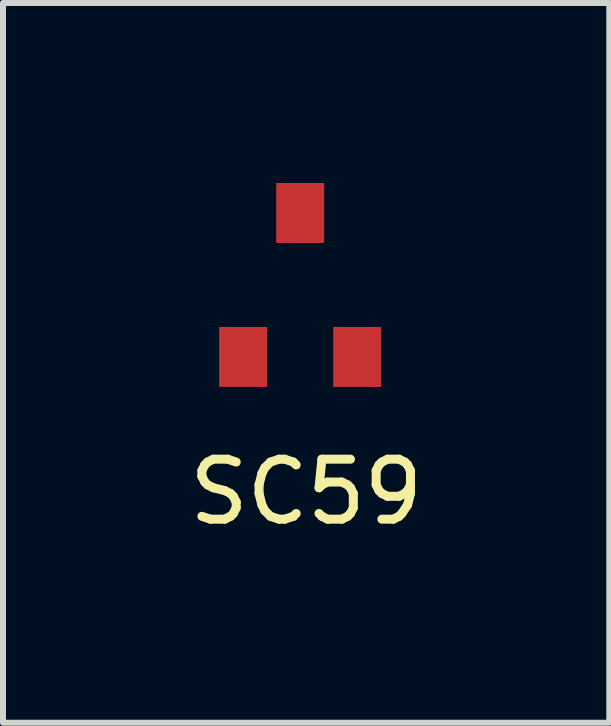
<source format=kicad_pcb>
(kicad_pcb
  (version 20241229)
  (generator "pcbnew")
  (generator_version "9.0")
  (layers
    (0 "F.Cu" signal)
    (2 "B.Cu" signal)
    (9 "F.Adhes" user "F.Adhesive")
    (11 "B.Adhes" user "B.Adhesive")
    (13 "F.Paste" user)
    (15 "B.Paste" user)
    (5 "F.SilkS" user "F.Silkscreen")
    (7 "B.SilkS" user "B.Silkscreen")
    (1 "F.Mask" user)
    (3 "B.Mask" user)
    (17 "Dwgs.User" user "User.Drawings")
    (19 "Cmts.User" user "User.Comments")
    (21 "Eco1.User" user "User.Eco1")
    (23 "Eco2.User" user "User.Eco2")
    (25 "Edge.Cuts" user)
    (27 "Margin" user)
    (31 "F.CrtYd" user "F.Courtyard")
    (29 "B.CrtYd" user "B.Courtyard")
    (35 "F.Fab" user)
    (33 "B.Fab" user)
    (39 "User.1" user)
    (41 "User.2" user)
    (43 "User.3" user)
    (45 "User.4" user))
  (footprint "SC59"
    (layer "F.Cu")
    (at 1.954 1.7)
    (property "Reference" "SC59" (at 0.1 3.45 0) (layer "F.SilkS") (effects (font (size 1 1) (thickness 0.15))))
    (attr through_hole)
    (pad "1" smd rect (at -0.95 1.2) (size 0.8 1) (layers "F.Cu" "F.Mask" "F.Paste"))
    (pad "2" smd rect (at 0 -1.2) (size 0.8 1) (layers "F.Cu" "F.Mask" "F.Paste"))
    (pad "3" smd rect (at 0.95 1.2) (size 0.8 1) (layers "F.Cu" "F.Mask" "F.Paste")))
  (gr_rect
    (start -3 -3)
    (end 7.107 8.998)
    (stroke (width 0.1) (type default))
    (fill no)
    (layer "Edge.Cuts")))
</source>
